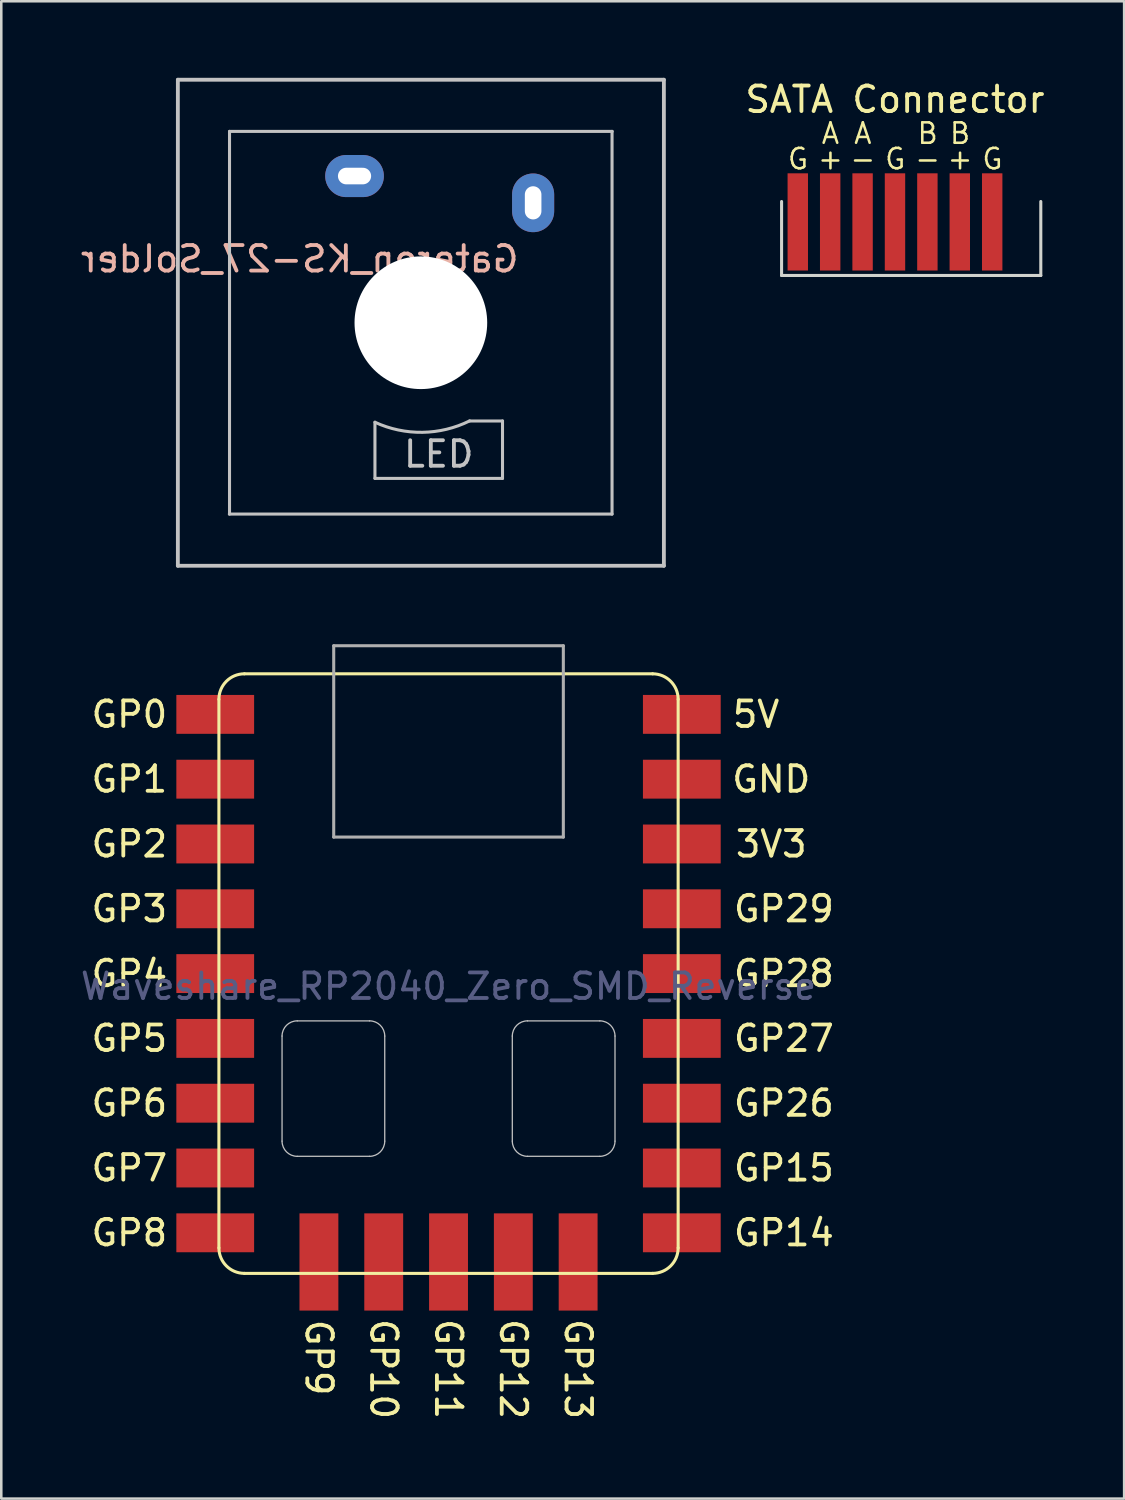
<source format=kicad_pcb>
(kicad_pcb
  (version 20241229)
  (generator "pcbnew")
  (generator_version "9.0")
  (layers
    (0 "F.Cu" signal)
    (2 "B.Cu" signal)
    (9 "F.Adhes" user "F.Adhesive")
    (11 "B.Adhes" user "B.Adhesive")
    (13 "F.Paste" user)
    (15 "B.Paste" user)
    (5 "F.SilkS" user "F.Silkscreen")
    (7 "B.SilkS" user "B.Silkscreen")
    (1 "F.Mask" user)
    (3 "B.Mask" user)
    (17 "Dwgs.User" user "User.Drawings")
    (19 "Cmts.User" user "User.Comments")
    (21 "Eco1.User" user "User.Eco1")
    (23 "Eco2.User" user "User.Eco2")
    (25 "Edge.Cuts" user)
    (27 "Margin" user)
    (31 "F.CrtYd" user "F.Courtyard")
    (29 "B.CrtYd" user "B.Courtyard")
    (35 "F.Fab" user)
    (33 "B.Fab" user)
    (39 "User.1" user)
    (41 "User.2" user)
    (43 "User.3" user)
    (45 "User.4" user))
  (footprint "Gateron_KS-27_Solder"
    (layer "F.Cu")
    (at 13.446 9.6)
    (property "Reference" "Gateron_KS-27_Solder" (at -4.75 -2.5 0) (layer "B.SilkS") (effects (font (size 1 1) (thickness 0.15)) (justify mirror)))
    (attr through_hole)
    (fp_line (start -9.525 -9.525) (end 9.525 -9.525) (stroke (width 0.15) (type solid)) (layer "Dwgs.User"))
    (fp_line (start -9.525 9.525) (end -9.525 -9.525) (stroke (width 0.15) (type solid)) (layer "Dwgs.User"))
    (fp_line (start -7.5 -7.5) (end -7.5 7.5) (stroke (width 0.12) (type solid)) (layer "Dwgs.User"))
    (fp_line (start -7.5 -7.5) (end 7.5 -7.5) (stroke (width 0.12) (type solid)) (layer "Dwgs.User"))
    (fp_line (start -1.8 3.9) (end -1.8 6.1) (stroke (width 0.12) (type solid)) (layer "Dwgs.User"))
    (fp_line (start -1.8 6.1) (end 3.2 6.1) (stroke (width 0.12) (type solid)) (layer "Dwgs.User"))
    (fp_line (start 1.91 3.85) (end 3.2 3.85) (stroke (width 0.12) (type solid)) (layer "Dwgs.User"))
    (fp_line (start 3.2 3.85) (end 3.2 6.1) (stroke (width 0.12) (type solid)) (layer "Dwgs.User"))
    (fp_line (start 7.493 7.5) (end -7.507 7.5) (stroke (width 0.12) (type solid)) (layer "Dwgs.User"))
    (fp_line (start 7.493 7.5) (end 7.493 -7.5) (stroke (width 0.12) (type solid)) (layer "Dwgs.User"))
    (fp_line (start 9.525 -9.525) (end 9.525 9.525) (stroke (width 0.15) (type solid)) (layer "Dwgs.User"))
    (fp_line (start 9.525 9.525) (end -9.525 9.525) (stroke (width 0.15) (type solid)) (layer "Dwgs.User"))
    (fp_arc (start 1.910873 3.846889) (mid 0.061469 4.294905) (end -1.799999 3.899999) (stroke (width 0.12) (type solid)) (layer "Dwgs.User"))
    (fp_text user "LED" (at 0.7 5.15 0) (layer "Dwgs.User") (effects (font (size 1 1) (thickness 0.15))))
    (pad "" np_thru_hole circle (at 0 0 90) (size 5.2 5.2) (drill 5.2) (layers "*.Cu" "*.Mask"))
    (pad "1" thru_hole oval (at -2.6 -5.75) (size 2.3 1.65) (drill oval 1.3 0.65) (layers "*.Cu" "*.Mask"))
    (pad "2" thru_hole oval (at 4.4 -4.7) (size 1.65 2.3) (drill oval 0.65 1.3) (layers "*.Cu" "*.Mask")))
  (footprint "Waveshare_RP2040_Zero_SMD_Reverse"
    (layer "F.Cu")
    (at 14.53 35.11)
    (property "Reference" "Waveshare_RP2040_Zero_SMD_Reverse" (at 0 0.5 0) (layer "B.Fab") (effects (font (size 1 1) (thickness 0.15))))
    (attr through_hole)
    (fp_line (start -9 -10.75) (end -9 10.75) (stroke (width 0.12) (type solid)) (layer "F.SilkS"))
    (fp_line (start -8 -11.75) (end 8 -11.75) (stroke (width 0.12) (type solid)) (layer "F.SilkS"))
    (fp_line (start -8 11.75) (end 8 11.75) (stroke (width 0.12) (type solid)) (layer "F.SilkS"))
    (fp_line (start 9 -10.75) (end 9 10.75) (stroke (width 0.12) (type solid)) (layer "F.SilkS"))
    (fp_arc (start -9 -10.75) (mid -8.707107 -11.457107) (end -8 -11.75) (stroke (width 0.12) (type solid)) (layer "F.SilkS"))
    (fp_arc (start -8 11.75) (mid -8.707107 11.457107) (end -9 10.75) (stroke (width 0.12) (type solid)) (layer "F.SilkS"))
    (fp_arc (start 8 -11.75) (mid 8.707107 -11.457107) (end 9 -10.75) (stroke (width 0.12) (type solid)) (layer "F.SilkS"))
    (fp_arc (start 9 10.75) (mid 8.707107 11.457107) (end 8 11.75) (stroke (width 0.12) (type solid)) (layer "F.SilkS"))
    (fp_line (start -6.525 6.567) (end -6.525 2.448) (stroke (width 0.05) (type solid)) (layer "Dwgs.User"))
    (fp_line (start -3.095 1.853) (end -5.93 1.853) (stroke (width 0.05) (type solid)) (layer "Dwgs.User"))
    (fp_line (start -3.095 7.162) (end -5.93 7.162) (stroke (width 0.05) (type solid)) (layer "Dwgs.User"))
    (fp_line (start -2.5 2.448) (end -2.5 6.567) (stroke (width 0.05) (type solid)) (layer "Dwgs.User"))
    (fp_line (start 2.5 6.567) (end 2.5 2.448) (stroke (width 0.05) (type solid)) (layer "Dwgs.User"))
    (fp_line (start 5.93 1.853) (end 3.095 1.853) (stroke (width 0.05) (type solid)) (layer "Dwgs.User"))
    (fp_line (start 5.93 7.162) (end 3.095 7.162) (stroke (width 0.05) (type solid)) (layer "Dwgs.User"))
    (fp_line (start 6.525 2.448) (end 6.525 6.567) (stroke (width 0.05) (type solid)) (layer "Dwgs.User"))
    (fp_arc (start -6.524864 2.448039) (mid -6.350501 2.02709) (end -5.929552 1.852727) (stroke (width 0.05) (type solid)) (layer "Dwgs.User"))
    (fp_arc (start -5.929552 7.162102) (mid -6.350501 6.987739) (end -6.524864 6.56679) (stroke (width 0.05) (type solid)) (layer "Dwgs.User"))
    (fp_arc (start -3.095184 1.852727) (mid -2.674235 2.02709) (end -2.499872 2.448039) (stroke (width 0.05) (type solid)) (layer "Dwgs.User"))
    (fp_arc (start -2.499872 6.56679) (mid -2.674235 6.987739) (end -3.095184 7.162102) (stroke (width 0.05) (type solid)) (layer "Dwgs.User"))
    (fp_arc (start 2.500128 2.448039) (mid 2.674491 2.02709) (end 3.09544 1.852727) (stroke (width 0.05) (type solid)) (layer "Dwgs.User"))
    (fp_arc (start 3.09544 7.162102) (mid 2.674491 6.987739) (end 2.500128 6.56679) (stroke (width 0.05) (type solid)) (layer "Dwgs.User"))
    (fp_arc (start 5.929808 1.852727) (mid 6.350757 2.02709) (end 6.52512 2.448039) (stroke (width 0.05) (type solid)) (layer "Dwgs.User"))
    (fp_arc (start 6.52512 6.56679) (mid 6.350757 6.987739) (end 5.929808 7.162102) (stroke (width 0.05) (type solid)) (layer "Dwgs.User"))
    (fp_line (start -4.5 -12.85) (end -4.5 -5.35) (stroke (width 0.12) (type solid)) (layer "F.Fab"))
    (fp_line (start -4.5 -12.85) (end 4.5 -12.85) (stroke (width 0.12) (type solid)) (layer "F.Fab"))
    (fp_line (start -4.5 -5.35) (end 4.5 -5.35) (stroke (width 0.12) (type solid)) (layer "F.Fab"))
    (fp_line (start 4.5 -12.85) (end 4.5 -5.35) (stroke (width 0.12) (type solid)) (layer "F.Fab"))
    (fp_text user "GP15" (at 13.145 7.62 0) (layer "F.SilkS") (effects (font (size 1 1) (thickness 0.15))))
    (fp_text user "GP2" (at -12.509 -5.08 0) (layer "F.SilkS") (effects (font (size 1 1) (thickness 0.15))))
    (fp_text user "GP3" (at -12.509 -2.54 0) (layer "F.SilkS") (effects (font (size 1 1) (thickness 0.15))))
    (fp_text user "GP29" (at 13.145 -2.54 0) (layer "F.SilkS") (effects (font (size 1 1) (thickness 0.15))))
    (fp_text user "GP9" (at -5.08 15.05 270) (unlocked yes) (layer "F.SilkS") (effects (font (size 1 1) (thickness 0.15))))
    (fp_text user "5V" (at 12.055 -10.16 0) (layer "F.SilkS") (effects (font (size 1 1) (thickness 0.15))))
    (fp_text user "GP28" (at 13.145 0 0) (layer "F.SilkS") (effects (font (size 1 1) (thickness 0.15))))
    (fp_text user "GP6" (at -12.509 5.08 0) (layer "F.SilkS") (effects (font (size 1 1) (thickness 0.15))))
    (fp_text user "GP27" (at 13.145 2.54 0) (layer "F.SilkS") (effects (font (size 1 1) (thickness 0.15))))
    (fp_text user "GP1" (at -12.509 -7.62 0) (layer "F.SilkS") (effects (font (size 1 1) (thickness 0.15))))
    (fp_text user "GND" (at 12.65 -7.62 0) (layer "F.SilkS") (effects (font (size 1 1) (thickness 0.15))))
    (fp_text user "GP10" (at -2.54 15.5 270) (unlocked yes) (layer "F.SilkS") (effects (font (size 1 1) (thickness 0.15))))
    (fp_text user "GP8" (at -12.509 10.16 0) (layer "F.SilkS") (effects (font (size 1 1) (thickness 0.15))))
    (fp_text user "GP12" (at 2.54 15.5 270) (unlocked yes) (layer "F.SilkS") (effects (font (size 1 1) (thickness 0.15))))
    (fp_text user "GP0" (at -12.509 -10.16 0) (layer "F.SilkS") (effects (font (size 1 1) (thickness 0.15))))
    (fp_text user "GP7" (at -12.509 7.62 0) (layer "F.SilkS") (effects (font (size 1 1) (thickness 0.15))))
    (fp_text user "GP11" (at 0 15.5 270) (unlocked yes) (layer "F.SilkS") (effects (font (size 1 1) (thickness 0.15))))
    (fp_text user "3V3" (at 12.65 -5.08 0) (layer "F.SilkS") (effects (font (size 1 1) (thickness 0.15))))
    (fp_text user "GP5" (at -12.509 2.54 0) (layer "F.SilkS") (effects (font (size 1 1) (thickness 0.15))))
    (fp_text user "GP4" (at -12.509 0 0) (layer "F.SilkS") (effects (font (size 1 1) (thickness 0.15))))
    (fp_text user "GP14" (at 13.145 10.16 0) (layer "F.SilkS") (effects (font (size 1 1) (thickness 0.15))))
    (fp_text user "GP13" (at 5.08 15.5 270) (unlocked yes) (layer "F.SilkS") (effects (font (size 1 1) (thickness 0.15))))
    (fp_text user "GP26" (at 13.145 5.08 0) (layer "F.SilkS") (effects (font (size 1 1) (thickness 0.15))))
    (pad "1" smd rect (at 9.144 -10.16) (size 3.048 1.524) (layers "F.Cu" "F.Mask" "F.Paste"))
    (pad "2" smd rect (at 9.144 -7.62) (size 3.048 1.524) (layers "F.Cu" "F.Mask" "F.Paste"))
    (pad "3" smd rect (at 9.144 -5.08) (size 3.048 1.524) (layers "F.Cu" "F.Mask" "F.Paste"))
    (pad "4" smd rect (at 9.144 -2.54) (size 3.048 1.524) (layers "F.Cu" "F.Mask" "F.Paste"))
    (pad "5" smd rect (at 9.144 0) (size 3.048 1.524) (layers "F.Cu" "F.Mask" "F.Paste"))
    (pad "6" smd rect (at 9.144 2.54) (size 3.048 1.524) (layers "F.Cu" "F.Mask" "F.Paste"))
    (pad "7" smd rect (at 9.144 5.08) (size 3.048 1.524) (layers "F.Cu" "F.Mask" "F.Paste"))
    (pad "8" smd rect (at 9.144 7.62) (size 3.048 1.524) (layers "F.Cu" "F.Mask" "F.Paste"))
    (pad "9" smd rect (at 9.144 10.16) (size 3.048 1.524) (layers "F.Cu" "F.Mask" "F.Paste"))
    (pad "10" smd rect (at 5.08 11.303) (size 1.524 3.81) (layers "F.Cu" "F.Mask" "F.Paste"))
    (pad "11" smd rect (at 2.54 11.303) (size 1.524 3.81) (layers "F.Cu" "F.Mask" "F.Paste"))
    (pad "12" smd rect (at 0 11.303) (size 1.524 3.81) (layers "F.Cu" "F.Mask" "F.Paste"))
    (pad "13" smd rect (at -2.54 11.303) (size 1.524 3.81) (layers "F.Cu" "F.Mask" "F.Paste"))
    (pad "14" smd rect (at -5.08 11.303) (size 1.524 3.81) (layers "F.Cu" "F.Mask" "F.Paste"))
    (pad "15" smd rect (at -9.144 10.16) (size 3.048 1.524) (layers "F.Cu" "F.Mask" "F.Paste"))
    (pad "16" smd rect (at -9.144 7.62) (size 3.048 1.524) (layers "F.Cu" "F.Mask" "F.Paste"))
    (pad "17" smd rect (at -9.144 5.08) (size 3.048 1.524) (layers "F.Cu" "F.Mask" "F.Paste"))
    (pad "18" smd rect (at -9.144 2.54) (size 3.048 1.524) (layers "F.Cu" "F.Mask" "F.Paste"))
    (pad "19" smd rect (at -9.144 0) (size 3.048 1.524) (layers "F.Cu" "F.Mask" "F.Paste"))
    (pad "20" smd rect (at -9.144 -2.54) (size 3.048 1.524) (layers "F.Cu" "F.Mask" "F.Paste"))
    (pad "21" smd rect (at -9.144 -5.08) (size 3.048 1.524) (layers "F.Cu" "F.Mask" "F.Paste"))
    (pad "22" smd rect (at -9.144 -7.62) (size 3.048 1.524) (layers "F.Cu" "F.Mask" "F.Paste"))
    (pad "23" smd rect (at -9.144 -10.16) (size 3.048 1.524) (layers "F.Cu" "F.Mask" "F.Paste")))
  (footprint "SATA Connector"
    (layer "F.Cu")
    (at 32.029 5.848)
    (property "Reference" "SATA Connector" (at 0 -5 0) (unlocked yes) (layer "F.SilkS") (effects (font (size 1 1) (thickness 0.15))))
    (attr smd)
    (fp_line (start -4.445 1.9) (end -4.445 -1) (stroke (width 0.12) (type default)) (layer "Edge.Cuts"))
    (fp_line (start -4.445 1.9) (end 5.715 1.9) (stroke (width 0.12) (type default)) (layer "Edge.Cuts"))
    (fp_line (start 5.715 1.9) (end 5.715 -1) (stroke (width 0.12) (type default)) (layer "Edge.Cuts"))
    (fp_text user "G" (at 3.82 -2.2 0) (unlocked yes) (layer "F.SilkS") (effects (font (size 0.8 0.8) (thickness 0.1)) (justify bottom)))
    (fp_text user "+" (at -2.53 -2.2 0) (unlocked yes) (layer "F.SilkS") (effects (font (size 0.8 0.8) (thickness 0.1)) (justify bottom)))
    (fp_text user "B" (at 2.55 -3.2 0) (unlocked yes) (layer "F.SilkS") (effects (font (size 0.8 0.8) (thickness 0.1)) (justify bottom)))
    (fp_text user "-" (at -1.26 -2.2 0) (unlocked yes) (layer "F.SilkS") (effects (font (size 0.8 0.8) (thickness 0.1)) (justify bottom)))
    (fp_text user "-" (at 1.28 -2.2 0) (unlocked yes) (layer "F.SilkS") (effects (font (size 0.8 0.8) (thickness 0.1)) (justify bottom)))
    (fp_text user "B" (at 1.28 -3.2 0) (unlocked yes) (layer "F.SilkS") (effects (font (size 0.8 0.8) (thickness 0.1)) (justify bottom)))
    (fp_text user "G" (at -3.8 -2.2 0) (unlocked yes) (layer "F.SilkS") (effects (font (size 0.8 0.8) (thickness 0.1)) (justify bottom)))
    (fp_text user "G" (at 0.01 -2.2 0) (unlocked yes) (layer "F.SilkS") (effects (font (size 0.8 0.8) (thickness 0.1)) (justify bottom)))
    (fp_text user "A" (at -2.53 -3.2 0) (unlocked yes) (layer "F.SilkS") (effects (font (size 0.8 0.8) (thickness 0.1)) (justify bottom)))
    (fp_text user "+" (at 2.55 -2.2 0) (unlocked yes) (layer "F.SilkS") (effects (font (size 0.8 0.8) (thickness 0.1)) (justify bottom)))
    (fp_text user "A" (at -1.26 -3.2 0) (unlocked yes) (layer "F.SilkS") (effects (font (size 0.8 0.8) (thickness 0.1)) (justify bottom)))
    (pad "1" smd rect (at -3.81 -0.2) (size 0.8 3.81) (layers "F.Cu" "F.Mask" "F.Paste"))
    (pad "2" smd rect (at -2.54 -0.2) (size 0.8 3.81) (layers "F.Cu" "F.Mask" "F.Paste"))
    (pad "3" smd rect (at -1.27 -0.2) (size 0.8 3.81) (layers "F.Cu" "F.Mask" "F.Paste"))
    (pad "4" smd rect (at 0 -0.2) (size 0.8 3.81) (layers "F.Cu" "F.Mask" "F.Paste"))
    (pad "5" smd rect (at 1.27 -0.2) (size 0.8 3.81) (layers "F.Cu" "F.Mask" "F.Paste"))
    (pad "6" smd rect (at 2.54 -0.2) (size 0.8 3.81) (layers "F.Cu" "F.Mask" "F.Paste"))
    (pad "7" smd rect (at 3.81 -0.2) (size 0.8 3.81) (layers "F.Cu" "F.Mask" "F.Paste")))
  (gr_rect
    (start -3 -3)
    (end 41.011 55.687)
    (stroke (width 0.1) (type default))
    (fill no)
    (layer "Edge.Cuts")))
</source>
